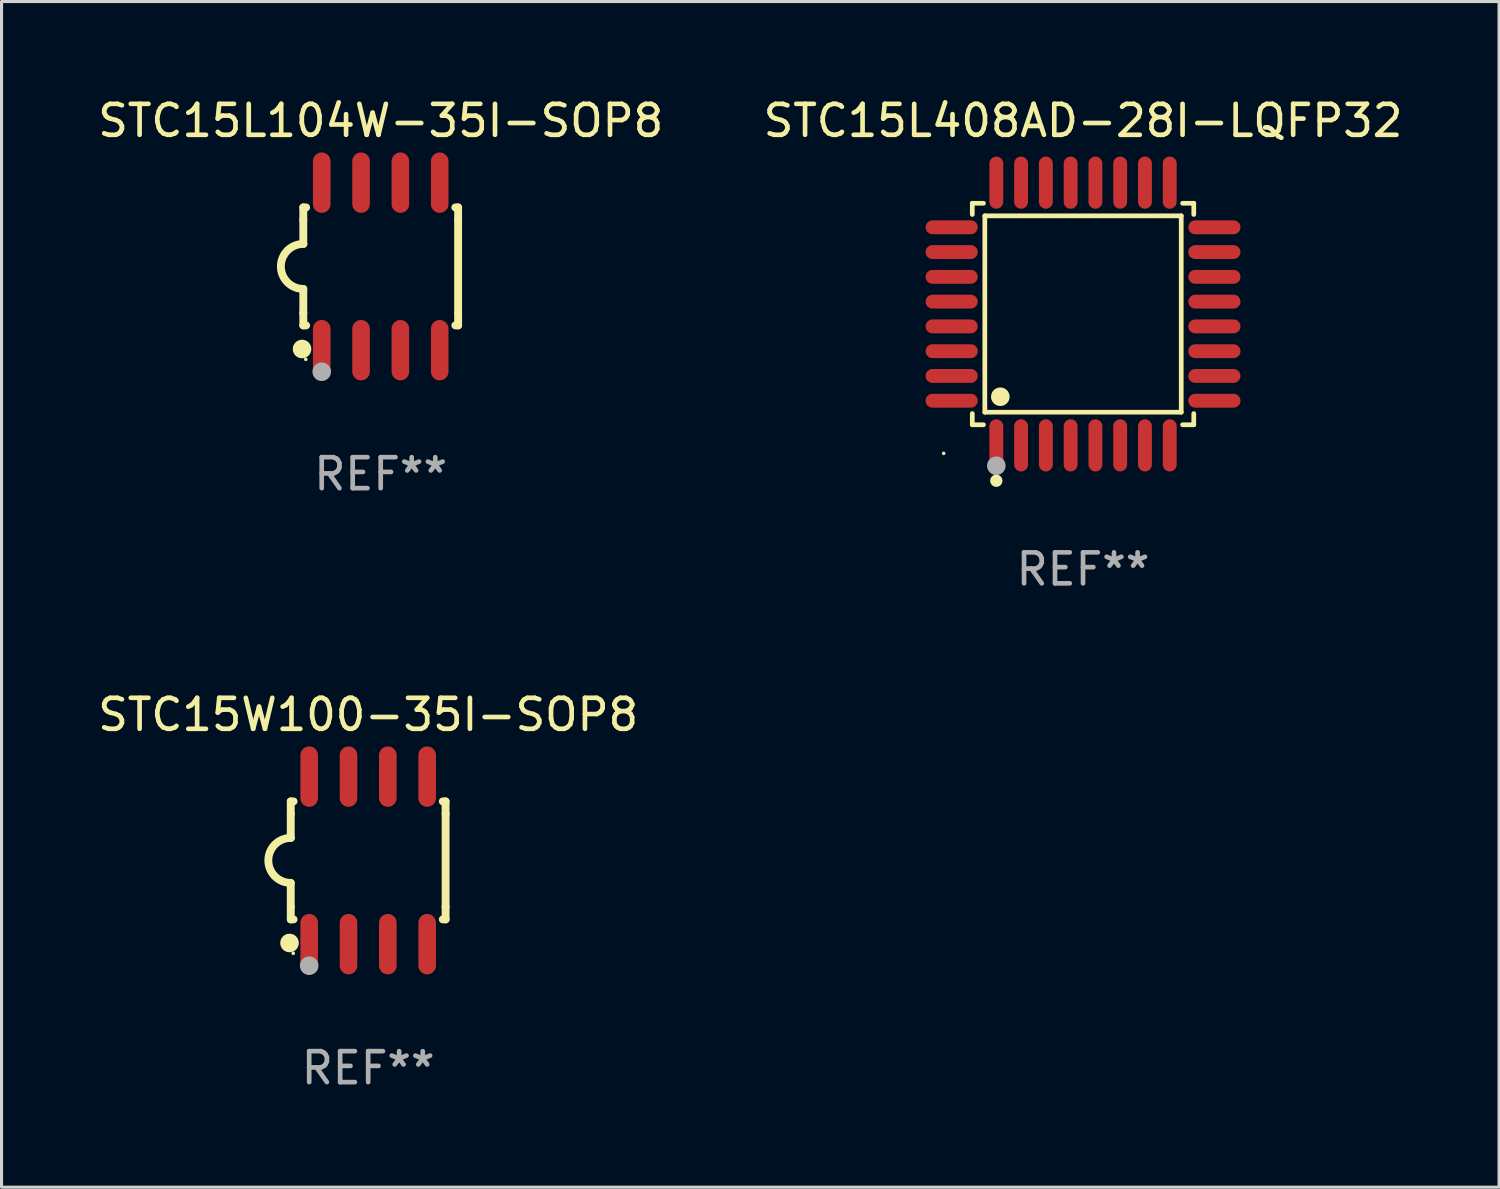
<source format=kicad_pcb>
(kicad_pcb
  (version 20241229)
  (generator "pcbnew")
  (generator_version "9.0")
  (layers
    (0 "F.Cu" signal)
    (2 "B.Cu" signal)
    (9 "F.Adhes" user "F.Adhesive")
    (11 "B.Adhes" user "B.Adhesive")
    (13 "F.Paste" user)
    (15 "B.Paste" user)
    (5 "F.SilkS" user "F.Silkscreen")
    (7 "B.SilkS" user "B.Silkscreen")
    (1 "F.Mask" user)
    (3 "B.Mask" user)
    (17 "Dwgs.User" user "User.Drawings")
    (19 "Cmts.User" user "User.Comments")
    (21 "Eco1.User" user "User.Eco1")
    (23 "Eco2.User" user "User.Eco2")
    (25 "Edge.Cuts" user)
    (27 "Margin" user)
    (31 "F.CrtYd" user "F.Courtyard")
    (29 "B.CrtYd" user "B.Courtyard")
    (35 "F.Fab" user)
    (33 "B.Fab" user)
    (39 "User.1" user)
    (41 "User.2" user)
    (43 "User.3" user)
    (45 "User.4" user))
  (footprint "STC15W100-35I-SOP8"
    (layer "F.Cu")
    (at 8.839 24.734)
    (property "Reference" "STC15W100-35I-SOP8" (at 0 -4.705 0) (layer "F.SilkS") (effects (font (size 1 1) (thickness 0.15))))
    (attr through_hole)
    (fp_line (start -2.5 -1.905) (end -2.409 -1.905) (stroke (width 0.254) (type solid)) (layer "F.SilkS"))
    (fp_line (start -2.5 -1.5) (end -2.5 -1.905) (stroke (width 0.254) (type solid)) (layer "F.SilkS"))
    (fp_line (start -2.5 -1.5) (end -2.5 -0.726) (stroke (width 0.254) (type solid)) (layer "F.SilkS"))
    (fp_line (start -2.5 1.5) (end -2.5 0.727) (stroke (width 0.254) (type solid)) (layer "F.SilkS"))
    (fp_line (start -2.5 1.5) (end -2.5 1.905) (stroke (width 0.254) (type solid)) (layer "F.SilkS"))
    (fp_line (start -2.5 1.905) (end -2.409 1.905) (stroke (width 0.254) (type solid)) (layer "F.SilkS"))
    (fp_line (start 2.5 -1.905) (end 2.409 -1.905) (stroke (width 0.254) (type solid)) (layer "F.SilkS"))
    (fp_line (start 2.5 -1.5) (end 2.5 -1.905) (stroke (width 0.254) (type solid)) (layer "F.SilkS"))
    (fp_line (start 2.5 -1.5) (end 2.5 1.5) (stroke (width 0.254) (type solid)) (layer "F.SilkS"))
    (fp_line (start 2.5 1.5) (end 2.5 1.905) (stroke (width 0.254) (type solid)) (layer "F.SilkS"))
    (fp_line (start 2.5 1.905) (end 2.409 1.905) (stroke (width 0.254) (type solid)) (layer "F.SilkS"))
    (fp_arc (start -2.5 0.726568) (mid -3.220316 -0.0023) (end -2.495097 -0.726289) (stroke (width 0.254001) (type solid)) (layer "F.SilkS"))
    (fp_circle (center -2.54 2.667) (end -2.39 2.667) (stroke (width 0.3) (type solid)) (fill no) (layer "F.SilkS"))
    (fp_circle (center -2.42 3) (end -2.39 3) (stroke (width 0.06) (type solid)) (fill no) (layer "F.SilkS"))
    (fp_circle (center -1.905 3.4) (end -1.755 3.4) (stroke (width 0.3) (type solid)) (fill no) (layer "F.Fab"))
    (fp_text user "REF**" (at 0 6.705 0) (layer "F.Fab") (effects (font (size 1 1) (thickness 0.15))))
    (pad "1" smd oval (at -1.905 2.705) (size 0.568 1.95) (layers "F.Cu" "F.Mask" "F.Paste"))
    (pad "2" smd oval (at -0.635 2.705) (size 0.568 1.95) (layers "F.Cu" "F.Mask" "F.Paste"))
    (pad "3" smd oval (at 0.635 2.705) (size 0.568 1.95) (layers "F.Cu" "F.Mask" "F.Paste"))
    (pad "4" smd oval (at 1.905 2.705) (size 0.568 1.95) (layers "F.Cu" "F.Mask" "F.Paste"))
    (pad "5" smd oval (at 1.905 -2.705) (size 0.568 1.95) (layers "F.Cu" "F.Mask" "F.Paste"))
    (pad "6" smd oval (at 0.635 -2.705) (size 0.568 1.95) (layers "F.Cu" "F.Mask" "F.Paste"))
    (pad "7" smd oval (at -0.635 -2.705) (size 0.568 1.95) (layers "F.Cu" "F.Mask" "F.Paste"))
    (pad "8" smd oval (at -1.905 -2.705) (size 0.568 1.95) (layers "F.Cu" "F.Mask" "F.Paste")))
  (footprint "STC15L104W-35I-SOP8"
    (layer "F.Cu")
    (at 9.244 5.553)
    (property "Reference" "STC15L104W-35I-SOP8" (at 0 -4.705 0) (layer "F.SilkS") (effects (font (size 1 1) (thickness 0.15))))
    (attr through_hole)
    (fp_line (start -2.5 -1.905) (end -2.409 -1.905) (stroke (width 0.254) (type solid)) (layer "F.SilkS"))
    (fp_line (start -2.5 -1.5) (end -2.5 -1.905) (stroke (width 0.254) (type solid)) (layer "F.SilkS"))
    (fp_line (start -2.5 -1.5) (end -2.5 -0.726) (stroke (width 0.254) (type solid)) (layer "F.SilkS"))
    (fp_line (start -2.5 1.5) (end -2.5 0.727) (stroke (width 0.254) (type solid)) (layer "F.SilkS"))
    (fp_line (start -2.5 1.5) (end -2.5 1.905) (stroke (width 0.254) (type solid)) (layer "F.SilkS"))
    (fp_line (start -2.5 1.905) (end -2.409 1.905) (stroke (width 0.254) (type solid)) (layer "F.SilkS"))
    (fp_line (start 2.5 -1.905) (end 2.409 -1.905) (stroke (width 0.254) (type solid)) (layer "F.SilkS"))
    (fp_line (start 2.5 -1.5) (end 2.5 -1.905) (stroke (width 0.254) (type solid)) (layer "F.SilkS"))
    (fp_line (start 2.5 -1.5) (end 2.5 1.5) (stroke (width 0.254) (type solid)) (layer "F.SilkS"))
    (fp_line (start 2.5 1.5) (end 2.5 1.905) (stroke (width 0.254) (type solid)) (layer "F.SilkS"))
    (fp_line (start 2.5 1.905) (end 2.409 1.905) (stroke (width 0.254) (type solid)) (layer "F.SilkS"))
    (fp_arc (start -2.5 0.726568) (mid -3.220316 -0.0023) (end -2.495097 -0.726289) (stroke (width 0.254001) (type solid)) (layer "F.SilkS"))
    (fp_circle (center -2.54 2.667) (end -2.39 2.667) (stroke (width 0.3) (type solid)) (fill no) (layer "F.SilkS"))
    (fp_circle (center -2.42 3) (end -2.39 3) (stroke (width 0.06) (type solid)) (fill no) (layer "F.SilkS"))
    (fp_circle (center -1.905 3.4) (end -1.755 3.4) (stroke (width 0.3) (type solid)) (fill no) (layer "F.Fab"))
    (fp_text user "REF**" (at 0 6.705 0) (layer "F.Fab") (effects (font (size 1 1) (thickness 0.15))))
    (pad "1" smd oval (at -1.905 2.705) (size 0.568 1.95) (layers "F.Cu" "F.Mask" "F.Paste"))
    (pad "2" smd oval (at -0.635 2.705) (size 0.568 1.95) (layers "F.Cu" "F.Mask" "F.Paste"))
    (pad "3" smd oval (at 0.635 2.705) (size 0.568 1.95) (layers "F.Cu" "F.Mask" "F.Paste"))
    (pad "4" smd oval (at 1.905 2.705) (size 0.568 1.95) (layers "F.Cu" "F.Mask" "F.Paste"))
    (pad "5" smd oval (at 1.905 -2.705) (size 0.568 1.95) (layers "F.Cu" "F.Mask" "F.Paste"))
    (pad "6" smd oval (at 0.635 -2.705) (size 0.568 1.95) (layers "F.Cu" "F.Mask" "F.Paste"))
    (pad "7" smd oval (at -0.635 -2.705) (size 0.568 1.95) (layers "F.Cu" "F.Mask" "F.Paste"))
    (pad "8" smd oval (at -1.905 -2.705) (size 0.568 1.95) (layers "F.Cu" "F.Mask" "F.Paste")))
  (footprint "STC15L408AD-28I-LQFP32"
    (layer "F.Cu")
    (at 31.923 7.09)
    (property "Reference" "STC15L408AD-28I-LQFP32" (at 0 -6.242 0) (layer "F.SilkS") (effects (font (size 1 1) (thickness 0.15))))
    (attr through_hole)
    (fp_line (start -3.576 -3.576) (end -3.215 -3.576) (stroke (width 0.152) (type solid)) (layer "F.SilkS"))
    (fp_line (start -3.576 -3.215) (end -3.576 -3.576) (stroke (width 0.152) (type solid)) (layer "F.SilkS"))
    (fp_line (start -3.576 3.215) (end -3.576 3.576) (stroke (width 0.152) (type solid)) (layer "F.SilkS"))
    (fp_line (start -3.576 3.576) (end -3.215 3.576) (stroke (width 0.152) (type solid)) (layer "F.SilkS"))
    (fp_line (start -3.171 -3.171) (end 3.171 -3.171) (stroke (width 0.152) (type solid)) (layer "F.SilkS"))
    (fp_line (start -3.171 3.171) (end -3.171 -3.171) (stroke (width 0.152) (type solid)) (layer "F.SilkS"))
    (fp_line (start 3.171 -3.171) (end 3.171 3.171) (stroke (width 0.152) (type solid)) (layer "F.SilkS"))
    (fp_line (start 3.171 3.171) (end -3.171 3.171) (stroke (width 0.152) (type solid)) (layer "F.SilkS"))
    (fp_line (start 3.576 -3.576) (end 3.215 -3.576) (stroke (width 0.152) (type solid)) (layer "F.SilkS"))
    (fp_line (start 3.576 -3.215) (end 3.576 -3.576) (stroke (width 0.152) (type solid)) (layer "F.SilkS"))
    (fp_line (start 3.576 3.215) (end 3.576 3.576) (stroke (width 0.152) (type solid)) (layer "F.SilkS"))
    (fp_line (start 3.576 3.576) (end 3.215 3.576) (stroke (width 0.152) (type solid)) (layer "F.SilkS"))
    (fp_circle (center -4.5 4.5) (end -4.47 4.5) (stroke (width 0.06) (type solid)) (fill no) (layer "F.SilkS"))
    (fp_circle (center -2.8 5.384) (end -2.7 5.384) (stroke (width 0.2) (type solid)) (fill no) (layer "F.SilkS"))
    (fp_circle (center -2.671 2.671) (end -2.521 2.671) (stroke (width 0.3) (type solid)) (fill no) (layer "F.SilkS"))
    (fp_circle (center -2.8 4.9) (end -2.65 4.9) (stroke (width 0.3) (type solid)) (fill no) (layer "F.Fab"))
    (fp_text user "REF**" (at 0 8.242 0) (layer "F.Fab") (effects (font (size 1 1) (thickness 0.15))))
    (pad "1" smd oval (at -2.8 4.242) (size 0.448 1.684) (layers "F.Cu" "F.Mask" "F.Paste"))
    (pad "2" smd oval (at -2 4.242) (size 0.448 1.684) (layers "F.Cu" "F.Mask" "F.Paste"))
    (pad "3" smd oval (at -1.2 4.242) (size 0.448 1.684) (layers "F.Cu" "F.Mask" "F.Paste"))
    (pad "4" smd oval (at -0.4 4.242) (size 0.448 1.684) (layers "F.Cu" "F.Mask" "F.Paste"))
    (pad "5" smd oval (at 0.4 4.242) (size 0.448 1.684) (layers "F.Cu" "F.Mask" "F.Paste"))
    (pad "6" smd oval (at 1.2 4.242) (size 0.448 1.684) (layers "F.Cu" "F.Mask" "F.Paste"))
    (pad "7" smd oval (at 2 4.242) (size 0.448 1.684) (layers "F.Cu" "F.Mask" "F.Paste"))
    (pad "8" smd oval (at 2.8 4.242) (size 0.448 1.684) (layers "F.Cu" "F.Mask" "F.Paste"))
    (pad "9" smd oval (at 4.242 2.8) (size 1.684 0.448) (layers "F.Cu" "F.Mask" "F.Paste"))
    (pad "10" smd oval (at 4.242 2) (size 1.684 0.448) (layers "F.Cu" "F.Mask" "F.Paste"))
    (pad "11" smd oval (at 4.242 1.2) (size 1.684 0.448) (layers "F.Cu" "F.Mask" "F.Paste"))
    (pad "12" smd oval (at 4.242 0.4) (size 1.684 0.448) (layers "F.Cu" "F.Mask" "F.Paste"))
    (pad "13" smd oval (at 4.242 -0.4) (size 1.684 0.448) (layers "F.Cu" "F.Mask" "F.Paste"))
    (pad "14" smd oval (at 4.242 -1.2) (size 1.684 0.448) (layers "F.Cu" "F.Mask" "F.Paste"))
    (pad "15" smd oval (at 4.242 -2) (size 1.684 0.448) (layers "F.Cu" "F.Mask" "F.Paste"))
    (pad "16" smd oval (at 4.242 -2.8) (size 1.684 0.448) (layers "F.Cu" "F.Mask" "F.Paste"))
    (pad "17" smd oval (at 2.8 -4.242) (size 0.448 1.684) (layers "F.Cu" "F.Mask" "F.Paste"))
    (pad "18" smd oval (at 2 -4.242) (size 0.448 1.684) (layers "F.Cu" "F.Mask" "F.Paste"))
    (pad "19" smd oval (at 1.2 -4.242) (size 0.448 1.684) (layers "F.Cu" "F.Mask" "F.Paste"))
    (pad "20" smd oval (at 0.4 -4.242) (size 0.448 1.684) (layers "F.Cu" "F.Mask" "F.Paste"))
    (pad "21" smd oval (at -0.4 -4.242) (size 0.448 1.684) (layers "F.Cu" "F.Mask" "F.Paste"))
    (pad "22" smd oval (at -1.2 -4.242) (size 0.448 1.684) (layers "F.Cu" "F.Mask" "F.Paste"))
    (pad "23" smd oval (at -2 -4.242) (size 0.448 1.684) (layers "F.Cu" "F.Mask" "F.Paste"))
    (pad "24" smd oval (at -2.8 -4.242) (size 0.448 1.684) (layers "F.Cu" "F.Mask" "F.Paste"))
    (pad "25" smd oval (at -4.242 -2.8) (size 1.684 0.448) (layers "F.Cu" "F.Mask" "F.Paste"))
    (pad "26" smd oval (at -4.242 -2) (size 1.684 0.448) (layers "F.Cu" "F.Mask" "F.Paste"))
    (pad "27" smd oval (at -4.242 -1.2) (size 1.684 0.448) (layers "F.Cu" "F.Mask" "F.Paste"))
    (pad "28" smd oval (at -4.242 -0.4) (size 1.684 0.448) (layers "F.Cu" "F.Mask" "F.Paste"))
    (pad "29" smd oval (at -4.242 0.4) (size 1.684 0.448) (layers "F.Cu" "F.Mask" "F.Paste"))
    (pad "30" smd oval (at -4.242 1.2) (size 1.684 0.448) (layers "F.Cu" "F.Mask" "F.Paste"))
    (pad "31" smd oval (at -4.242 2) (size 1.684 0.448) (layers "F.Cu" "F.Mask" "F.Paste"))
    (pad "32" smd oval (at -4.242 2.8) (size 1.684 0.448) (layers "F.Cu" "F.Mask" "F.Paste")))
  (gr_rect
    (start -3 -3)
    (end 45.357 35.287)
    (stroke (width 0.1) (type default))
    (fill no)
    (layer "Edge.Cuts")))
</source>
